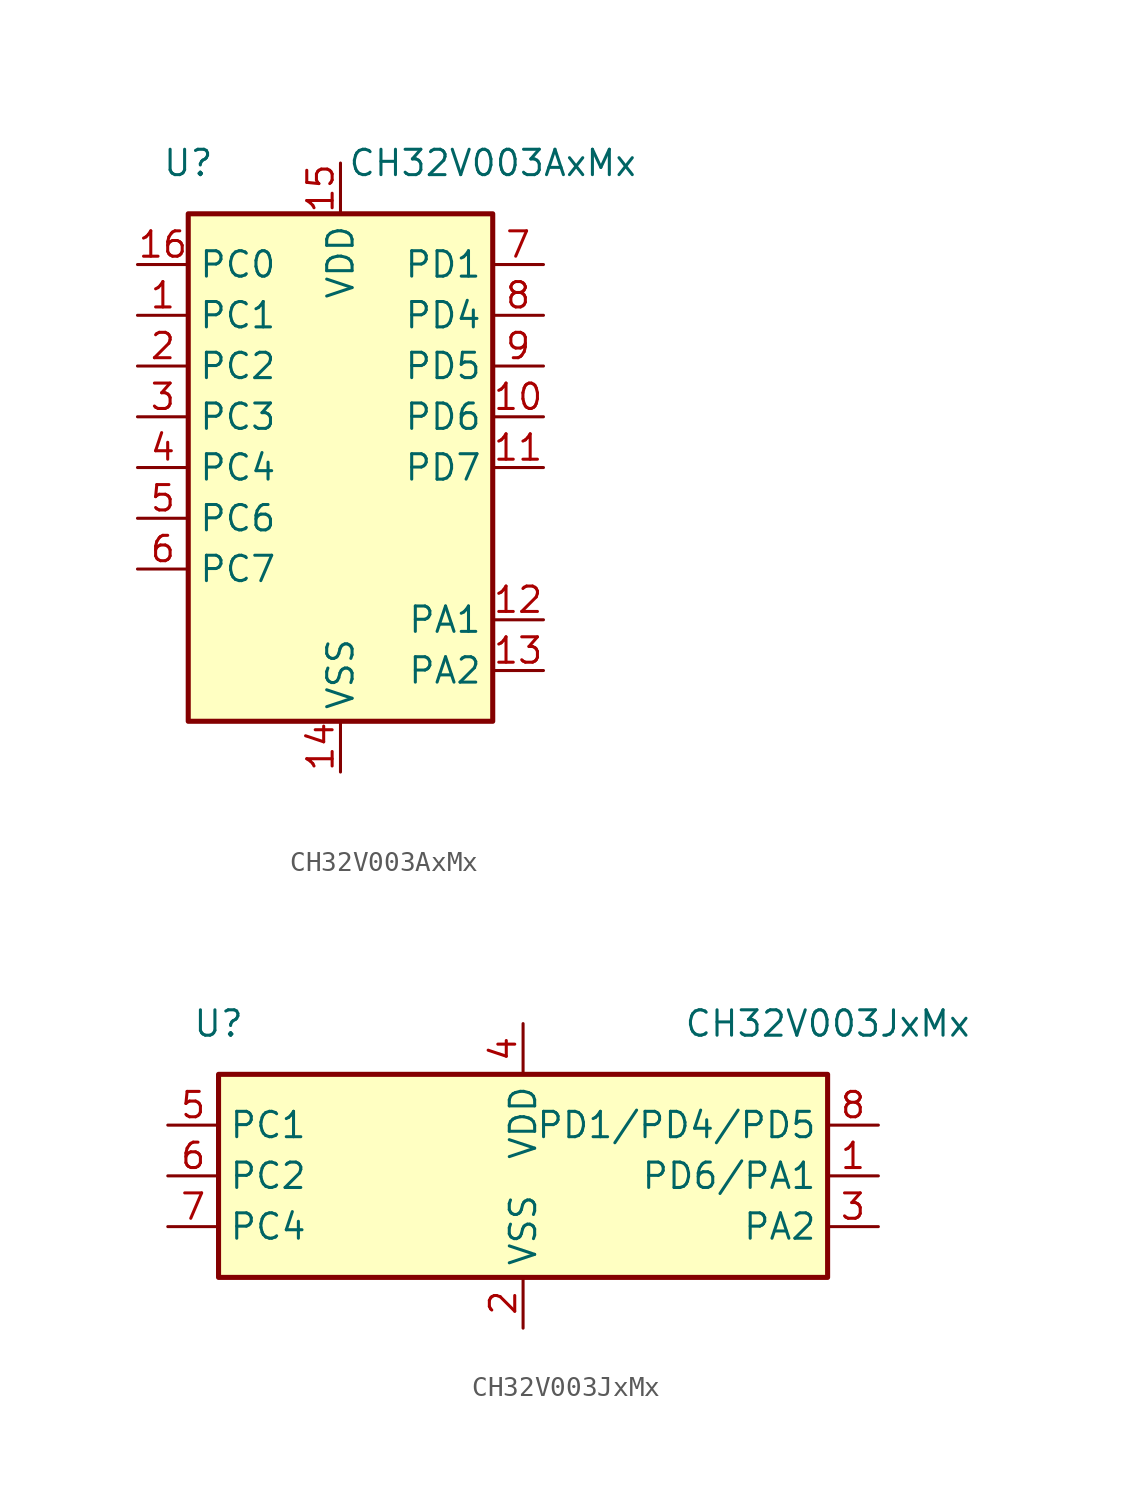
<source format=kicad_sym>
(kicad_symbol_lib
  (version 20231120)
  (generator "kicad_symbol_editor")
  (generator_version "8.0")
  (symbol "CH32V003AxMx"
    (property "Reference" "U"
      (at -7.62 15.24 0)
      (effects (font (size 1.27 1.27))))
    (property "Value" "CH32V003AxMx"
      (at 7.62 15.24 0)
      (effects (font (size 1.27 1.27))))
    (symbol "CH32V003AxMx_1_1"
      (rectangle (start -7.62 12.7) (end 7.62 -12.7) (stroke (width 0.254) (type default)) (fill (type background)))
      (pin bidirectional line (at -10.16 7.62 0) (length 2.54) (name "PC1" (effects (font (size 1.27 1.27)))) (number "1" (effects (font (size 1.27 1.27)))) (alternate "NSS" bidirectional line) (alternate "SDA" bidirectional line) (alternate "T1BKIN_1" bidirectional line) (alternate "T1BKIN_3" bidirectional line) (alternate "T2CH1ETR_2" bidirectional line) (alternate "T2CH1ETR_3" bidirectional line) (alternate "T2CH4_1" bidirectional line) (alternate "URX_3" bidirectional line))
      (pin bidirectional line (at 10.16 2.54 180) (length 2.54) (name "PD6" (effects (font (size 1.27 1.27)))) (number "10" (effects (font (size 1.27 1.27)))) (alternate "A6" bidirectional line) (alternate "T2CH3_3" bidirectional line) (alternate "URX" bidirectional line) (alternate "UTX_2" bidirectional line))
      (pin bidirectional line (at 10.16 0 180) (length 2.54) (name "PD7" (effects (font (size 1.27 1.27)))) (number "11" (effects (font (size 1.27 1.27)))) (alternate "NRST" bidirectional line) (alternate "OPP1" bidirectional line) (alternate "T2CH4" bidirectional line) (alternate "T2CH4_2" bidirectional line) (alternate "UCK_1" bidirectional line) (alternate "UCK_2" bidirectional line))
      (pin bidirectional line (at 10.16 -7.62 180) (length 2.54) (name "PA1" (effects (font (size 1.27 1.27)))) (number "12" (effects (font (size 1.27 1.27)))) (alternate "A1" bidirectional line) (alternate "OPN0" bidirectional line) (alternate "OSCI" bidirectional line) (alternate "T1CH2" bidirectional line) (alternate "T1CH2_2" bidirectional line))
      (pin bidirectional line (at 10.16 -10.16 180) (length 2.54) (name "PA2" (effects (font (size 1.27 1.27)))) (number "13" (effects (font (size 1.27 1.27)))) (alternate "A0" bidirectional line) (alternate "AETR2_1" bidirectional line) (alternate "OPP0" bidirectional line) (alternate "OSCO" bidirectional line) (alternate "TICH2N" bidirectional line) (alternate "TICH2N_2" bidirectional line))
      (pin power_in line (at 0 -15.24 90) (length 2.54) (name "VSS" (effects (font (size 1.27 1.27)))) (number "14" (effects (font (size 1.27 1.27)))))
      (pin power_in line (at 0 15.24 270) (length 2.54) (name "VDD" (effects (font (size 1.27 1.27)))) (number "15" (effects (font (size 1.27 1.27)))))
      (pin bidirectional line (at -10.16 10.16 0) (length 2.54) (name "PC0" (effects (font (size 1.27 1.27)))) (number "16" (effects (font (size 1.27 1.27)))) (alternate "NSS_1" bidirectional line) (alternate "T1CH3_1" bidirectional line) (alternate "T2CH3" bidirectional line) (alternate "T2CH3_2" bidirectional line) (alternate "UTX_3" bidirectional line))
      (pin bidirectional line (at -10.16 5.08 0) (length 2.54) (name "PC2" (effects (font (size 1.27 1.27)))) (number "2" (effects (font (size 1.27 1.27)))) (alternate "AETR_1" bidirectional line) (alternate "SCL" bidirectional line) (alternate "T1BKIN" bidirectional line) (alternate "T1BKIN_2" bidirectional line) (alternate "T1ETR_3" bidirectional line) (alternate "T2CH2_1" bidirectional line) (alternate "URTS" bidirectional line) (alternate "URTS_1" bidirectional line))
      (pin bidirectional line (at -10.16 2.54 0) (length 2.54) (name "PC3" (effects (font (size 1.27 1.27)))) (number "3" (effects (font (size 1.27 1.27)))) (alternate "T1CH1N_1" bidirectional line) (alternate "T1CH1N_3" bidirectional line) (alternate "T1CH3" bidirectional line) (alternate "T1CH3_2" bidirectional line) (alternate "UCTS_1" bidirectional line))
      (pin bidirectional line (at -10.16 0 0) (length 2.54) (name "PC4" (effects (font (size 1.27 1.27)))) (number "4" (effects (font (size 1.27 1.27)))) (alternate "A2" bidirectional line) (alternate "MCO" bidirectional line) (alternate "T1CH1_3" bidirectional line) (alternate "T1CH2N_1" bidirectional line) (alternate "T1CH4" bidirectional line) (alternate "T1CH4_2" bidirectional line))
      (pin bidirectional line (at -10.16 -2.54 0) (length 2.54) (name "PC6" (effects (font (size 1.27 1.27)))) (number "5" (effects (font (size 1.27 1.27)))) (alternate "MOSI" bidirectional line) (alternate "MOSI_1" bidirectional line) (alternate "SDA_2" bidirectional line) (alternate "SDA_3" bidirectional line) (alternate "T1CH1_1" bidirectional line) (alternate "T1CH3N_3" bidirectional line) (alternate "UCTS_2" bidirectional line) (alternate "UCTS_3" bidirectional line))
      (pin bidirectional line (at -10.16 -5.08 0) (length 2.54) (name "PC7" (effects (font (size 1.27 1.27)))) (number "6" (effects (font (size 1.27 1.27)))) (alternate "MISO" bidirectional line) (alternate "MISO_1" bidirectional line) (alternate "T1CH2_1" bidirectional line) (alternate "T1CH2_3" bidirectional line) (alternate "T2CH2_3" bidirectional line) (alternate "URTS_2" bidirectional line) (alternate "URTS_3" bidirectional line))
      (pin bidirectional line (at 10.16 10.16 180) (length 2.54) (name "PD1" (effects (font (size 1.27 1.27)))) (number "7" (effects (font (size 1.27 1.27)))) (alternate "AETR2" bidirectional line) (alternate "SCL_1" bidirectional line) (alternate "SWIO" bidirectional line) (alternate "T1CH3N" bidirectional line) (alternate "T1CH3N_1" bidirectional line) (alternate "T1CH3N_2" bidirectional line) (alternate "URX_1" bidirectional line))
      (pin bidirectional line (at 10.16 7.62 180) (length 2.54) (name "PD4" (effects (font (size 1.27 1.27)))) (number "8" (effects (font (size 1.27 1.27)))) (alternate "A7" bidirectional line) (alternate "OPO" bidirectional line) (alternate "T1CH4_3" bidirectional line) (alternate "T2CH1ETR" bidirectional line) (alternate "TIETR_2" bidirectional line) (alternate "UCK" bidirectional line))
      (pin bidirectional line (at 10.16 5.08 180) (length 2.54) (name "PD5" (effects (font (size 1.27 1.27)))) (number "9" (effects (font (size 1.27 1.27)))) (alternate "A5" bidirectional line) (alternate "T2CH4_3" bidirectional line) (alternate "URX_2" bidirectional line) (alternate "UTX" bidirectional line))))
  (symbol "CH32V003JxMx"
    (property "Reference" "U"
      (at -15.24 7.62 0)
      (effects (font (size 1.27 1.27))))
    (property "Value" "CH32V003JxMx"
      (at 15.24 7.62 0)
      (effects (font (size 1.27 1.27))))
    (symbol "CH32V003JxMx_1_1"
      (rectangle (start -15.24 5.08) (end 15.24 -5.08) (stroke (width 0.254) (type default)) (fill (type background)))
      (pin bidirectional line (at 17.78 0 180) (length 2.54) (name "PD6/PA1" (effects (font (size 1.27 1.27)))) (number "1" (effects (font (size 1.27 1.27)))) (alternate "A1" bidirectional line) (alternate "A6" bidirectional line) (alternate "OPN0" bidirectional line) (alternate "OSCI" bidirectional line) (alternate "T1CH2" bidirectional line) (alternate "T1CH2_2" bidirectional line) (alternate "T2CH3_3" bidirectional line) (alternate "URX" bidirectional line) (alternate "UTX_2" bidirectional line))
      (pin power_in line (at 0 -7.62 90) (length 2.54) (name "VSS" (effects (font (size 1.27 1.27)))) (number "2" (effects (font (size 1.27 1.27)))))
      (pin bidirectional line (at 17.78 -2.54 180) (length 2.54) (name "PA2" (effects (font (size 1.27 1.27)))) (number "3" (effects (font (size 1.27 1.27)))) (alternate "A0" bidirectional line) (alternate "AETR2_1" bidirectional line) (alternate "OPP0" bidirectional line) (alternate "OSCO" bidirectional line) (alternate "TICH2N" bidirectional line) (alternate "TICH2N_2" bidirectional line))
      (pin power_in line (at 0 7.62 270) (length 2.54) (name "VDD" (effects (font (size 1.27 1.27)))) (number "4" (effects (font (size 1.27 1.27)))))
      (pin bidirectional line (at -17.78 2.54 0) (length 2.54) (name "PC1" (effects (font (size 1.27 1.27)))) (number "5" (effects (font (size 1.27 1.27)))) (alternate "NSS" bidirectional line) (alternate "SDA" bidirectional line) (alternate "T1BKIN_1" bidirectional line) (alternate "T1BKIN_3" bidirectional line) (alternate "T2CH1ETR_2" bidirectional line) (alternate "T2CH1ETR_3" bidirectional line) (alternate "T2CH4_1" bidirectional line) (alternate "URX_3" bidirectional line))
      (pin bidirectional line (at -17.78 0 0) (length 2.54) (name "PC2" (effects (font (size 1.27 1.27)))) (number "6" (effects (font (size 1.27 1.27)))) (alternate "AETR_1" bidirectional line) (alternate "SCL" bidirectional line) (alternate "T1BKIN" bidirectional line) (alternate "T1BKIN_2" bidirectional line) (alternate "T1ETR_3" bidirectional line) (alternate "T2CH2_1" bidirectional line) (alternate "URTS" bidirectional line) (alternate "URTS_1" bidirectional line))
      (pin bidirectional line (at -17.78 -2.54 0) (length 2.54) (name "PC4" (effects (font (size 1.27 1.27)))) (number "7" (effects (font (size 1.27 1.27)))) (alternate "A2" bidirectional line) (alternate "MCO" bidirectional line) (alternate "T1CH1_3" bidirectional line) (alternate "T1CH2N_1" bidirectional line) (alternate "T1CH4" bidirectional line) (alternate "T1CH4_2" bidirectional line))
      (pin bidirectional line (at 17.78 2.54 180) (length 2.54) (name "PD1/PD4/PD5" (effects (font (size 1.27 1.27)))) (number "8" (effects (font (size 1.27 1.27)))) (alternate "A5" bidirectional line) (alternate "A7" bidirectional line) (alternate "AETR2" bidirectional line) (alternate "OPO" bidirectional line) (alternate "SCL_1" bidirectional line) (alternate "SWIO" bidirectional line) (alternate "T1CH3N" bidirectional line) (alternate "T1CH3N_1" bidirectional line) (alternate "T1CH3N_2" bidirectional line) (alternate "T1CH4_3" bidirectional line) (alternate "T2CH1ETR" bidirectional line) (alternate "T2CH4_3" bidirectional line) (alternate "TIETR_2" bidirectional line) (alternate "UCK" bidirectional line) (alternate "URX_1" bidirectional line) (alternate "URX_2" bidirectional line) (alternate "UTX" bidirectional line)))))
</source>
